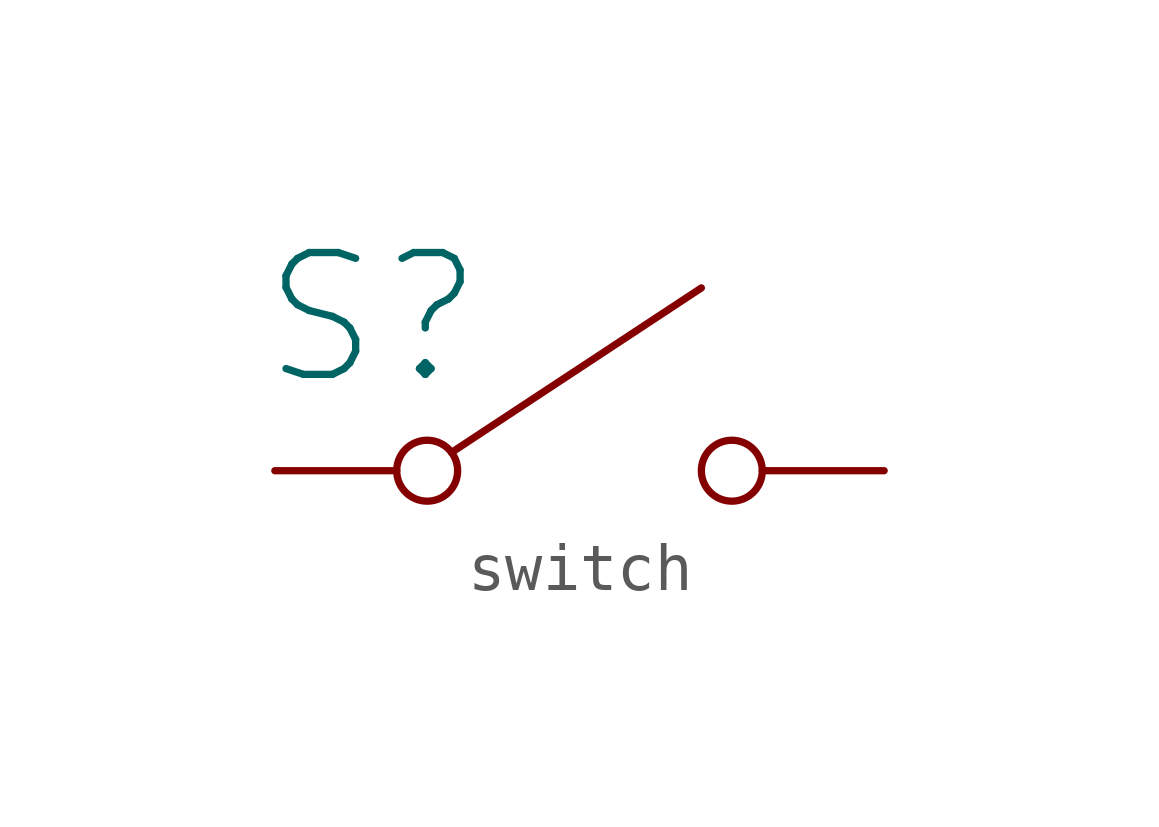
<source format=kicad_sym>
(kicad_symbol_lib
  (version 20220914)
  (generator kicad_symbol_editor)
  (symbol "switch"
    (pin_names
      (offset 1.016))
    (property "Reference" "S"
      (at 4.445 3.175 0)
      (effects (font (size 2.54 2.54)) (justify right)))
    (symbol "switch_0_0"
      (polyline (pts (xy 8.89 3.81) (xy 3.683 0.381)) (stroke (width 0) (type default)) (fill (type none)))
      (circle (center 3.175 0) (radius 0.635) (stroke (width 0) (type default)) (fill (type none)))
      (circle (center 9.525 0) (radius 0.635) (stroke (width 0) (type default)) (fill (type none))))
    (symbol "switch_1_1"
      (pin input line (at 0 0 0) (length 2.54) (name "" (effects (font (size 1.27 1.27)))) (number "" (effects (font (size 1.143 1.143)))))
      (pin input line (at 12.7 0 180) (length 2.54) (name "" (effects (font (size 1.27 1.27)))) (number "" (effects (font (size 1.143 1.143))))))))
</source>
